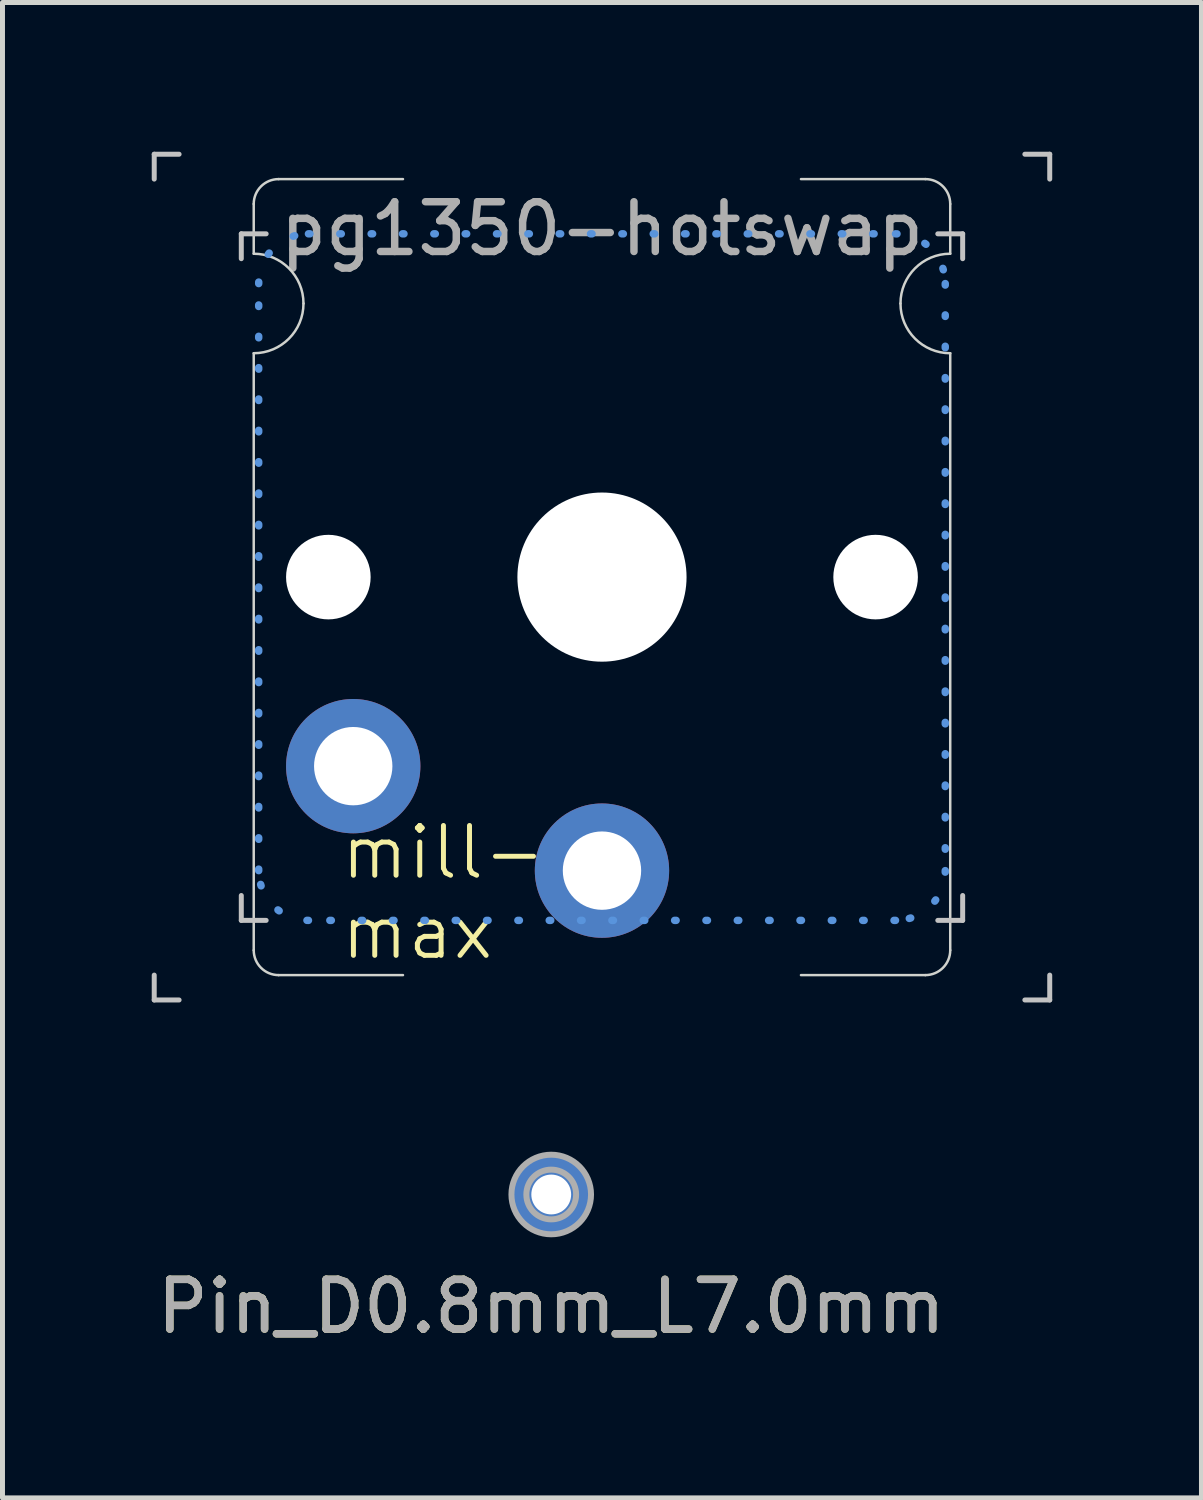
<source format=kicad_pcb>
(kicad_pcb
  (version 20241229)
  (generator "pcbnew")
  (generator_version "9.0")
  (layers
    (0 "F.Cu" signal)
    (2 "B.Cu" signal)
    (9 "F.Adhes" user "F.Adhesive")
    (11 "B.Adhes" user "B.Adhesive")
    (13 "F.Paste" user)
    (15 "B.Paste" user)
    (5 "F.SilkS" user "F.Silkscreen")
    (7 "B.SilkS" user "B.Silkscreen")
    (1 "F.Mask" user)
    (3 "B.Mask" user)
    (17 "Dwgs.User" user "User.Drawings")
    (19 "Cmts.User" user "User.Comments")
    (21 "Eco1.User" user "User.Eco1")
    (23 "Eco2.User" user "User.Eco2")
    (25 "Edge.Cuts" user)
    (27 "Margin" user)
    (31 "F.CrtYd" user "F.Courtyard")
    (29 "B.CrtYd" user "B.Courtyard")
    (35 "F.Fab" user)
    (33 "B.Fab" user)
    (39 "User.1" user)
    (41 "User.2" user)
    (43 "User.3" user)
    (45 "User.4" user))
  (footprint "pg1350-hotswap"
    (layer "F.Cu")
    (at 9.05 8.55)
    (property "Reference" "pg1350-hotswap" (at 0 -7 0) (layer "F.Fab") (effects (font (size 1 1) (thickness 0.15))))
    (attr through_hole)
    (private_layers "Eco2.User" "User.9")
    (fp_line (start -9 -8.5) (end -9 -8) (stroke (width 0.1) (type default)) (layer "Dwgs.User"))
    (fp_line (start -9 -8.5) (end -8.5 -8.5) (stroke (width 0.1) (type default)) (layer "Dwgs.User"))
    (fp_line (start -9 8.5) (end -9 8) (stroke (width 0.1) (type default)) (layer "Dwgs.User"))
    (fp_line (start -9 8.5) (end -8.5 8.5) (stroke (width 0.1) (type default)) (layer "Dwgs.User"))
    (fp_line (start -7.25 -6.9) (end -7.25 -6.4) (stroke (width 0.1) (type default)) (layer "Dwgs.User"))
    (fp_line (start -7.25 -6.9) (end -6.75 -6.9) (stroke (width 0.1) (type default)) (layer "Dwgs.User"))
    (fp_line (start -7.25 6.9) (end -7.25 6.4) (stroke (width 0.1) (type default)) (layer "Dwgs.User"))
    (fp_line (start -7.25 6.9) (end -6.75 6.9) (stroke (width 0.1) (type default)) (layer "Dwgs.User"))
    (fp_line (start 7.25 -6.9) (end 6.75 -6.9) (stroke (width 0.1) (type default)) (layer "Dwgs.User"))
    (fp_line (start 7.25 -6.9) (end 7.25 -6.4) (stroke (width 0.1) (type default)) (layer "Dwgs.User"))
    (fp_line (start 7.25 6.9) (end 6.75 6.9) (stroke (width 0.1) (type default)) (layer "Dwgs.User"))
    (fp_line (start 7.25 6.9) (end 7.25 6.4) (stroke (width 0.1) (type default)) (layer "Dwgs.User"))
    (fp_line (start 9 -8.5) (end 8.5 -8.5) (stroke (width 0.1) (type default)) (layer "Dwgs.User"))
    (fp_line (start 9 -8.5) (end 9 -8) (stroke (width 0.1) (type default)) (layer "Dwgs.User"))
    (fp_line (start 9 8.5) (end 8.5 8.5) (stroke (width 0.1) (type default)) (layer "Dwgs.User"))
    (fp_line (start 9 8.5) (end 9 8) (stroke (width 0.1) (type default)) (layer "Dwgs.User"))
    (fp_line (start -6.9 5.9) (end -6.9 -5.9) (stroke (width 0.15) (type dot)) (layer "Cmts.User"))
    (fp_line (start -5.9 -6.9) (end 5.9 -6.9) (stroke (width 0.15) (type dot)) (layer "Cmts.User"))
    (fp_line (start 5.9 6.9) (end -5.9 6.9) (stroke (width 0.15) (type dot)) (layer "Cmts.User"))
    (fp_line (start 6.9 -5.9) (end 6.9 5.9) (stroke (width 0.15) (type dot)) (layer "Cmts.User"))
    (fp_arc (start -6.9 -5.9) (mid -6.607107 -6.607107) (end -5.9 -6.9) (stroke (width 0.15) (type dot)) (layer "Cmts.User"))
    (fp_arc (start -5.9 6.9) (mid -6.607107 6.607107) (end -6.9 5.9) (stroke (width 0.15) (type dot)) (layer "Cmts.User"))
    (fp_arc (start 5.9 -6.9) (mid 6.607107 -6.607107) (end 6.9 -5.9) (stroke (width 0.15) (type dot)) (layer "Cmts.User"))
    (fp_arc (start 6.9 5.9) (mid 6.607107 6.607107) (end 5.9 6.9) (stroke (width 0.15) (type dot)) (layer "Cmts.User"))
    (fp_line (start -7.75 -8.25) (end 7.75 -8.25) (stroke (width 0.15) (type solid)) (layer "Eco2.User"))
    (fp_line (start 7.75 8.25) (end -7.75 8.25) (stroke (width 0.15) (type solid)) (layer "Eco2.User"))
    (fp_arc (start -8.75 -7.25) (mid -8.457107 -7.957107) (end -7.75 -8.25) (stroke (width 0.15) (type solid)) (layer "Eco2.User"))
    (fp_arc (start -7.75 8.25) (mid -8.457107 7.957107) (end -8.75 7.25) (stroke (width 0.15) (type solid)) (layer "Eco2.User"))
    (fp_arc (start 7.75 -8.25) (mid 8.457106 -7.957106) (end 8.75 -7.25) (stroke (width 0.15) (type solid)) (layer "Eco2.User"))
    (fp_arc (start 8.75 7.25) (mid 8.457106 7.957106) (end 7.75 8.25) (stroke (width 0.15) (type solid)) (layer "Eco2.User"))
    (fp_line (start -7 -6.5) (end -7 -7.5) (stroke (width 0.05) (type solid)) (layer "Edge.Cuts"))
    (fp_line (start -7 7.5) (end -7 -4.5) (stroke (width 0.05) (type solid)) (layer "Edge.Cuts"))
    (fp_line (start -4 -8) (end -6.5 -8) (stroke (width 0.05) (type solid)) (layer "Edge.Cuts"))
    (fp_line (start -4 8) (end -6.5 8) (stroke (width 0.05) (type solid)) (layer "Edge.Cuts"))
    (fp_line (start 6.5 -8) (end 4 -8) (stroke (width 0.05) (type solid)) (layer "Edge.Cuts"))
    (fp_line (start 6.5 8) (end 4 8) (stroke (width 0.05) (type solid)) (layer "Edge.Cuts"))
    (fp_line (start 7 -6.5) (end 7 -7.5) (stroke (width 0.05) (type solid)) (layer "Edge.Cuts"))
    (fp_line (start 7 7.5) (end 7 -4.5) (stroke (width 0.05) (type solid)) (layer "Edge.Cuts"))
    (fp_arc (start -7 -7.5) (mid -6.853553 -7.853553) (end -6.5 -8) (stroke (width 0.05) (type default)) (layer "Edge.Cuts"))
    (fp_arc (start -7 -6.5) (mid -6.292893 -6.207107) (end -6 -5.5) (stroke (width 0.05) (type default)) (layer "Edge.Cuts"))
    (fp_arc (start -6.5 8) (mid -6.853553 7.853553) (end -7 7.5) (stroke (width 0.05) (type default)) (layer "Edge.Cuts"))
    (fp_arc (start -6 -5.5) (mid -6.292893 -4.792893) (end -7 -4.5) (stroke (width 0.05) (type default)) (layer "Edge.Cuts"))
    (fp_arc (start 6 -5.5) (mid 6.292893 -6.207107) (end 7 -6.5) (stroke (width 0.05) (type default)) (layer "Edge.Cuts"))
    (fp_arc (start 6.5 -8) (mid 6.853553 -7.853553) (end 7 -7.5) (stroke (width 0.05) (type default)) (layer "Edge.Cuts"))
    (fp_arc (start 7 -4.5) (mid 6.292893 -4.792893) (end 6 -5.5) (stroke (width 0.05) (type default)) (layer "Edge.Cuts"))
    (fp_arc (start 7 7.5) (mid 6.853553 7.853553) (end 6.5 8) (stroke (width 0.05) (type default)) (layer "Edge.Cuts"))
    (fp_text_box "mill-\nmax" (start -6.05 4.2) (end -1.55 8.2) (margins 0.75 0.75 0.75 0.75) (layer "F.SilkS") (effects (font (size 1 1) (thickness 0.1)) (justify left top)) (border no) (stroke (width -0.000001) (type solid)))
    (fp_text_box "height:\n choc lower body is 13.8 front to back\n gap for mouse bits at: 16 mm  (out of 17)\n" (start 9.85 -6.5) (end 48.95 0.1) (margins 0.8 0.8 0.8 0.8) (layer "User.9") (effects (font (size 1 1) (thickness 0.15)) (justify left top)) (border yes) (stroke (width 0.1) (type dot)))
    (fp_text_box "width: 14mm wide (out of 18)\n" (start 9.85 2.55) (end 42.85 6.125) (margins 0.8 0.8 0.8 0.8) (layer "User.9") (effects (font (size 1 1) (thickness 0.15)) (justify left top)) (border yes) (stroke (width 0.1) (type dot)))
    (fp_text_box "Mill-Max call for:\n- hole diam: 1.3 mm\n- lip diam is 1.96 mm, \n   which our 2.35 pad exteds past." (start 17.35 -18.375) (end 49.25 -10.525) (margins 0.8 0.8 0.8 0.8) (layer "User.9") (effects (font (size 1 1) (thickness 0.15)) (justify left top)) (border yes) (stroke (width 0.1) (type dot)))
    (fp_text_box "Tick corners are:\n- outer: choc spacing bounds 18 x 17 \n- inner: lower switch extent 14.5 x 13.8\n    hence hole we sit over" (start -14.6 10.4) (end 19.1 18.65) (margins 0.8 0.8 0.8 0.8) (layer "User.9") (effects (font (size 1 1) (thickness 0.15)) (justify left top)) (border yes) (stroke (width 0.1) (type dot)))
    (fp_text_box "Narrow single switch Amoeba PCB\nNarrow enought that Dactyl column walls can extend down on either side of PCB." (start -16.9 -19.3) (end 14.7 -9.4) (margins 0.8 0.8 0.8 0.8) (layer "User.9") (effects (font (size 1 1) (thickness 0.15)) (justify left top)) (border yes) (stroke (width 0.1) (type dot)))
    (pad "" np_thru_hole circle (at -5.5 0 180) (size 1.7 1.7) (drill 1.7) (layers "*.Cu" "*.Mask"))
    (pad "" np_thru_hole circle (at 0 0 180) (size 3.4 3.4) (drill 3.4) (layers "*.Cu" "*.Mask"))
    (pad "" np_thru_hole circle (at 5.5 0 180) (size 1.7 1.7) (drill 1.7) (layers "*.Cu" "*.Mask"))
    (pad "1" thru_hole circle (at 0 5.9 180) (size 2.7 2.7) (drill 1.575) (layers "*.Cu" "*.Mask"))
    (pad "2" thru_hole circle (at -5 3.8 180) (size 2.7 2.7) (drill 1.575) (layers "*.Cu" "*.Mask")))
  (footprint "Pin_D0.8mm_L7.0mm"
    (layer "F.Cu")
    (at 8.03 20.96)
    (property "Reference" "Pin_D0.8mm_L7.0mm" (at 0 2.25 0) (layer "F.SilkS") (effects (font (size 1 1) (thickness 0.15))))
    (attr through_hole)
    (fp_circle (center 0 0) (end 0.5 0) (stroke (width 0.12) (type solid)) (fill no) (layer "F.Fab"))
    (fp_circle (center 0 0) (end 0.8 0) (stroke (width 0.12) (type solid)) (fill no) (layer "F.Fab"))
    (fp_text user "${REFERENCE}" (at 0 2.25 0) (layer "F.Fab") (effects (font (size 1 1) (thickness 0.15))))
    (pad "1" thru_hole circle (at 0 0) (size 1.6 1.6) (drill 0.8) (layers "*.Cu" "*.Mask")))
  (gr_rect
    (start -3 -3)
    (end 21.1 27.058)
    (stroke (width 0.1) (type default))
    (fill no)
    (layer "Edge.Cuts")))
</source>
